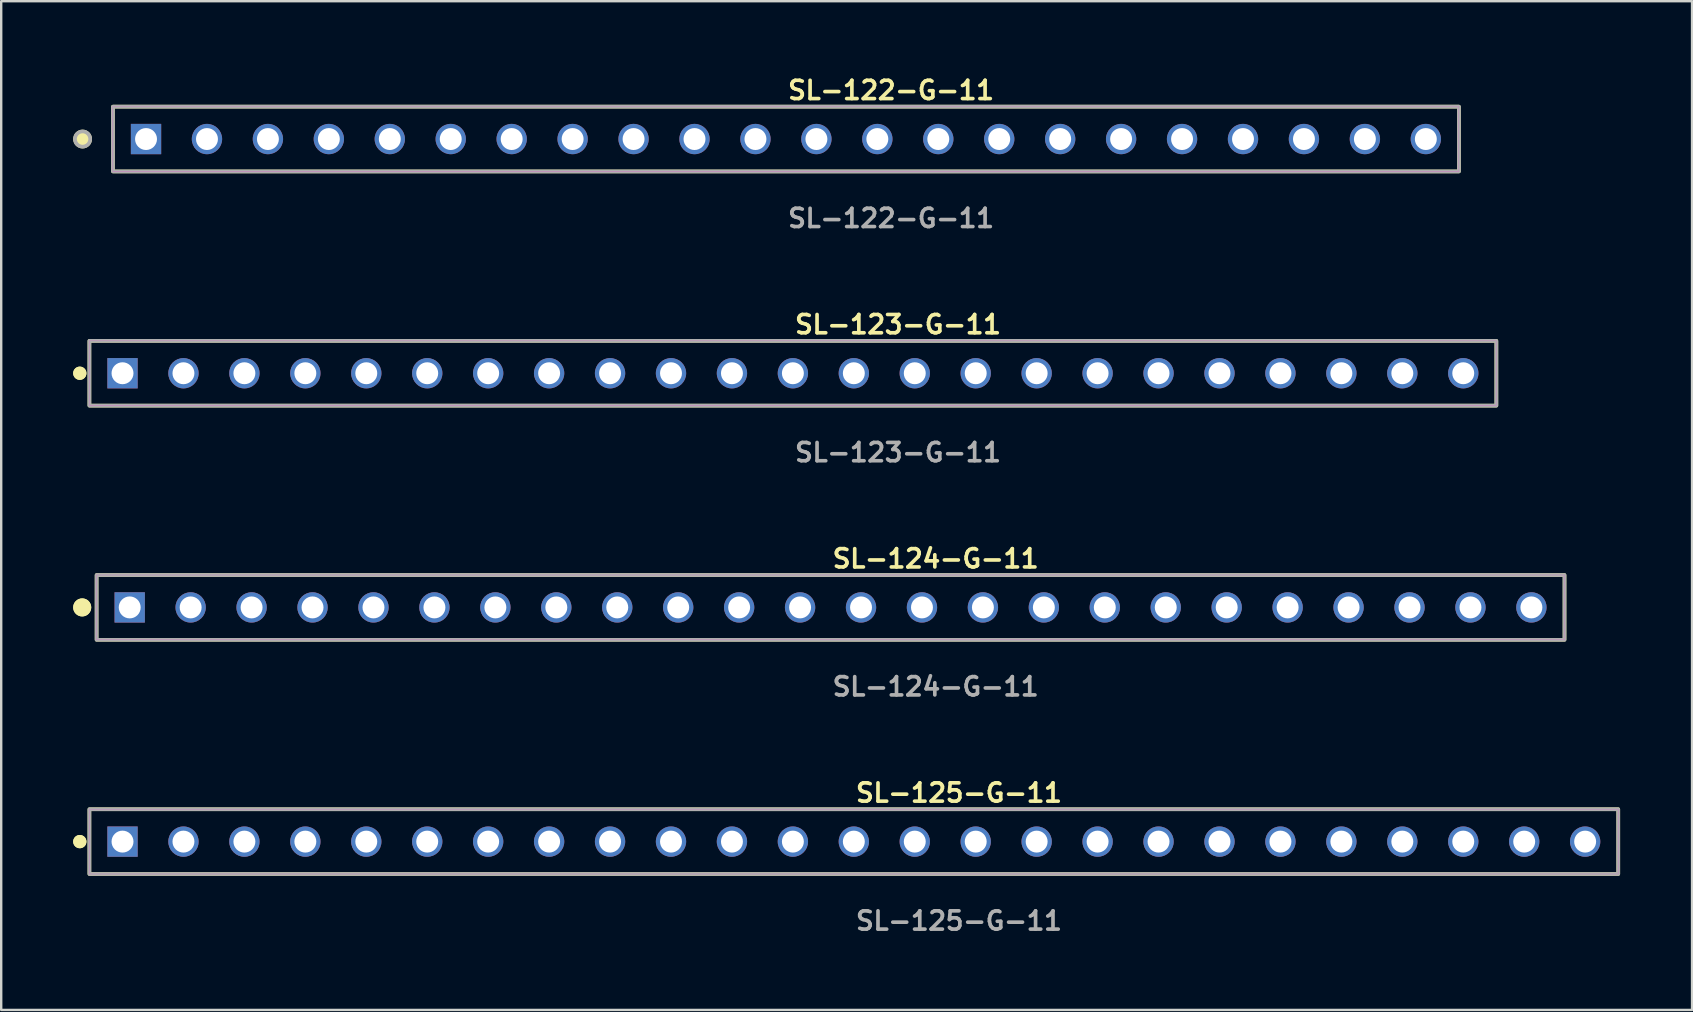
<source format=kicad_pcb>
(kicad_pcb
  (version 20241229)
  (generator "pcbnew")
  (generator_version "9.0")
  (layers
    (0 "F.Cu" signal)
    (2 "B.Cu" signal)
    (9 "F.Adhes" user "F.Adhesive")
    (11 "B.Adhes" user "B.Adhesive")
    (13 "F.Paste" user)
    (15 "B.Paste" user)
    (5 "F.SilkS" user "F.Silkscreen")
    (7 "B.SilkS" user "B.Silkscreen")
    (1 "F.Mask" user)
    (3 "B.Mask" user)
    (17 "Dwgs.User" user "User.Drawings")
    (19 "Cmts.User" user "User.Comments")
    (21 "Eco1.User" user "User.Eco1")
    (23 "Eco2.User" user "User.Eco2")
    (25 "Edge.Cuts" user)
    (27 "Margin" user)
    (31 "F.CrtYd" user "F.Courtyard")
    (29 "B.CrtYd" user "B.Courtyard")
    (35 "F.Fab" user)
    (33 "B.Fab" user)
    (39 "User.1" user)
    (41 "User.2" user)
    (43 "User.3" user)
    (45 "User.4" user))
  (footprint "SL-123-G-11"
    (layer "F.Cu")
    (at 29.996 12.506)
    (property "Reference" "SL-123-G-11" (at 0 -2.032 0) (unlocked yes) (layer "F.SilkS") (effects (font (size 0.762 0.762) (thickness 0.152)) (justify left)))
    (fp_rect (start -29.32 1.35) (end 29.32 -1.35) (stroke (width 0.152) (type solid)) (fill no) (layer "F.SilkS"))
    (fp_circle (center -29.72 0) (end -29.92 0) (stroke (width 0.152) (type solid)) (fill yes) (layer "F.SilkS"))
    (fp_circle (center -29.72 0) (end -29.92 0) (stroke (width 0.152) (type solid)) (fill yes) (layer "F.SilkS"))
    (fp_rect (start -29.32 1.35) (end 29.32 -1.35) (stroke (width 0.006) (type solid)) (fill no) (layer "F.CrtYd"))
    (fp_rect (start -29.32 1.35) (end 29.32 -1.35) (stroke (width 0.152) (type solid)) (fill no) (layer "F.Fab"))
    (fp_text user "${REFERENCE}" (at 0 3.302 0) (unlocked yes) (layer "F.Fab") (effects (font (size 0.762 0.762) (thickness 0.152)) (justify left)))
    (pad "1" thru_hole rect (at -27.94 0) (size 1.264 1.264) (drill 0.914) (layers "*.Cu" "*.Mask"))
    (pad "2" thru_hole circle (at -25.4 0) (size 1.264 1.264) (drill 0.914) (layers "*.Cu" "*.Mask"))
    (pad "3" thru_hole circle (at -22.86 0) (size 1.264 1.264) (drill 0.914) (layers "*.Cu" "*.Mask"))
    (pad "4" thru_hole circle (at -20.32 0) (size 1.264 1.264) (drill 0.914) (layers "*.Cu" "*.Mask"))
    (pad "5" thru_hole circle (at -17.78 0) (size 1.264 1.264) (drill 0.914) (layers "*.Cu" "*.Mask"))
    (pad "6" thru_hole circle (at -15.24 0) (size 1.264 1.264) (drill 0.914) (layers "*.Cu" "*.Mask"))
    (pad "7" thru_hole circle (at -12.7 0) (size 1.264 1.264) (drill 0.914) (layers "*.Cu" "*.Mask"))
    (pad "8" thru_hole circle (at -10.16 0) (size 1.264 1.264) (drill 0.914) (layers "*.Cu" "*.Mask"))
    (pad "9" thru_hole circle (at -7.62 0) (size 1.264 1.264) (drill 0.914) (layers "*.Cu" "*.Mask"))
    (pad "10" thru_hole circle (at -5.08 0) (size 1.264 1.264) (drill 0.914) (layers "*.Cu" "*.Mask"))
    (pad "11" thru_hole circle (at -2.54 0) (size 1.264 1.264) (drill 0.914) (layers "*.Cu" "*.Mask"))
    (pad "12" thru_hole circle (at 0 0) (size 1.264 1.264) (drill 0.914) (layers "*.Cu" "*.Mask"))
    (pad "13" thru_hole circle (at 2.54 0) (size 1.264 1.264) (drill 0.914) (layers "*.Cu" "*.Mask"))
    (pad "14" thru_hole circle (at 5.08 0) (size 1.264 1.264) (drill 0.914) (layers "*.Cu" "*.Mask"))
    (pad "15" thru_hole circle (at 7.62 0) (size 1.264 1.264) (drill 0.914) (layers "*.Cu" "*.Mask"))
    (pad "16" thru_hole circle (at 10.16 0) (size 1.264 1.264) (drill 0.914) (layers "*.Cu" "*.Mask"))
    (pad "17" thru_hole circle (at 12.7 0) (size 1.264 1.264) (drill 0.914) (layers "*.Cu" "*.Mask"))
    (pad "18" thru_hole circle (at 15.24 0) (size 1.264 1.264) (drill 0.914) (layers "*.Cu" "*.Mask"))
    (pad "19" thru_hole circle (at 17.78 0) (size 1.264 1.264) (drill 0.914) (layers "*.Cu" "*.Mask"))
    (pad "20" thru_hole circle (at 20.32 0) (size 1.264 1.264) (drill 0.914) (layers "*.Cu" "*.Mask"))
    (pad "21" thru_hole circle (at 22.86 0) (size 1.264 1.264) (drill 0.914) (layers "*.Cu" "*.Mask"))
    (pad "22" thru_hole circle (at 25.4 0) (size 1.264 1.264) (drill 0.914) (layers "*.Cu" "*.Mask"))
    (pad "23" thru_hole circle (at 27.94 0) (size 1.264 1.264) (drill 0.914) (layers "*.Cu" "*.Mask")))
  (footprint "SL-122-G-11"
    (layer "F.Cu")
    (at 29.706 2.745)
    (property "Reference" "SL-122-G-11" (at 0 -2.032 0) (unlocked yes) (layer "F.SilkS") (effects (font (size 0.762 0.762) (thickness 0.152)) (justify left)))
    (fp_rect (start -28.05 1.35) (end 28.05 -1.35) (stroke (width 0.152) (type solid)) (fill no) (layer "F.SilkS"))
    (fp_circle (center -29.314 0) (end -29.63 0) (stroke (width 0.152) (type solid)) (fill yes) (layer "F.SilkS"))
    (fp_rect (start -28.05 1.35) (end 28.05 -1.35) (stroke (width 0.006) (type solid)) (fill no) (layer "F.CrtYd"))
    (fp_rect (start -28.05 1.35) (end 28.05 -1.35) (stroke (width 0.152) (type solid)) (fill no) (layer "F.Fab"))
    (fp_circle (center -29.314 0) (end -29.63 0) (stroke (width 0.152) (type solid)) (fill no) (layer "F.Fab"))
    (fp_text user "${REFERENCE}" (at 0 3.302 0) (unlocked yes) (layer "F.Fab") (effects (font (size 0.762 0.762) (thickness 0.152)) (justify left)))
    (pad "1" thru_hole rect (at -26.67 0) (size 1.264 1.264) (drill 0.914) (layers "*.Cu" "*.Mask"))
    (pad "2" thru_hole circle (at -24.13 0) (size 1.264 1.264) (drill 0.914) (layers "*.Cu" "*.Mask"))
    (pad "3" thru_hole circle (at -21.59 0) (size 1.264 1.264) (drill 0.914) (layers "*.Cu" "*.Mask"))
    (pad "4" thru_hole circle (at -19.05 0) (size 1.264 1.264) (drill 0.914) (layers "*.Cu" "*.Mask"))
    (pad "5" thru_hole circle (at -16.51 0) (size 1.264 1.264) (drill 0.914) (layers "*.Cu" "*.Mask"))
    (pad "6" thru_hole circle (at -13.97 0) (size 1.264 1.264) (drill 0.914) (layers "*.Cu" "*.Mask"))
    (pad "7" thru_hole circle (at -11.43 0) (size 1.264 1.264) (drill 0.914) (layers "*.Cu" "*.Mask"))
    (pad "8" thru_hole circle (at -8.89 0) (size 1.264 1.264) (drill 0.914) (layers "*.Cu" "*.Mask"))
    (pad "9" thru_hole circle (at -6.35 0) (size 1.264 1.264) (drill 0.914) (layers "*.Cu" "*.Mask"))
    (pad "10" thru_hole circle (at -3.81 0) (size 1.264 1.264) (drill 0.914) (layers "*.Cu" "*.Mask"))
    (pad "11" thru_hole circle (at -1.27 0) (size 1.264 1.264) (drill 0.914) (layers "*.Cu" "*.Mask"))
    (pad "12" thru_hole circle (at 1.27 0) (size 1.264 1.264) (drill 0.914) (layers "*.Cu" "*.Mask"))
    (pad "13" thru_hole circle (at 3.81 0) (size 1.264 1.264) (drill 0.914) (layers "*.Cu" "*.Mask"))
    (pad "14" thru_hole circle (at 6.35 0) (size 1.264 1.264) (drill 0.914) (layers "*.Cu" "*.Mask"))
    (pad "15" thru_hole circle (at 8.89 0) (size 1.264 1.264) (drill 0.914) (layers "*.Cu" "*.Mask"))
    (pad "16" thru_hole circle (at 11.43 0) (size 1.264 1.264) (drill 0.914) (layers "*.Cu" "*.Mask"))
    (pad "17" thru_hole circle (at 13.97 0) (size 1.264 1.264) (drill 0.914) (layers "*.Cu" "*.Mask"))
    (pad "18" thru_hole circle (at 16.51 0) (size 1.264 1.264) (drill 0.914) (layers "*.Cu" "*.Mask"))
    (pad "19" thru_hole circle (at 19.05 0) (size 1.264 1.264) (drill 0.914) (layers "*.Cu" "*.Mask"))
    (pad "20" thru_hole circle (at 21.59 0) (size 1.264 1.264) (drill 0.914) (layers "*.Cu" "*.Mask"))
    (pad "21" thru_hole circle (at 24.13 0) (size 1.264 1.264) (drill 0.914) (layers "*.Cu" "*.Mask"))
    (pad "22" thru_hole circle (at 26.67 0) (size 1.264 1.264) (drill 0.914) (layers "*.Cu" "*.Mask")))
  (footprint "SL-124-G-11"
    (layer "F.Cu")
    (at 31.566 22.266)
    (property "Reference" "SL-124-G-11" (at 0 -2.032 0) (unlocked yes) (layer "F.SilkS") (effects (font (size 0.762 0.762) (thickness 0.152)) (justify left)))
    (fp_rect (start -30.59 1.35) (end 30.59 -1.35) (stroke (width 0.152) (type solid)) (fill no) (layer "F.SilkS"))
    (fp_circle (center -31.19 0) (end -31.49 0) (stroke (width 0.152) (type solid)) (fill yes) (layer "F.SilkS"))
    (fp_circle (center -31.19 0) (end -31.49 0) (stroke (width 0.152) (type solid)) (fill yes) (layer "F.SilkS"))
    (fp_rect (start -30.59 1.35) (end 30.59 -1.35) (stroke (width 0.006) (type solid)) (fill no) (layer "F.CrtYd"))
    (fp_rect (start -30.59 1.35) (end 30.59 -1.35) (stroke (width 0.152) (type solid)) (fill no) (layer "F.Fab"))
    (fp_text user "${REFERENCE}" (at 0 3.302 0) (unlocked yes) (layer "F.Fab") (effects (font (size 0.762 0.762) (thickness 0.152)) (justify left)))
    (pad "1" thru_hole rect (at -29.21 0) (size 1.264 1.264) (drill 0.914) (layers "*.Cu" "*.Mask"))
    (pad "2" thru_hole circle (at -26.67 0) (size 1.264 1.264) (drill 0.914) (layers "*.Cu" "*.Mask"))
    (pad "3" thru_hole circle (at -24.13 0) (size 1.264 1.264) (drill 0.914) (layers "*.Cu" "*.Mask"))
    (pad "4" thru_hole circle (at -21.59 0) (size 1.264 1.264) (drill 0.914) (layers "*.Cu" "*.Mask"))
    (pad "5" thru_hole circle (at -19.05 0) (size 1.264 1.264) (drill 0.914) (layers "*.Cu" "*.Mask"))
    (pad "6" thru_hole circle (at -16.51 0) (size 1.264 1.264) (drill 0.914) (layers "*.Cu" "*.Mask"))
    (pad "7" thru_hole circle (at -13.97 0) (size 1.264 1.264) (drill 0.914) (layers "*.Cu" "*.Mask"))
    (pad "8" thru_hole circle (at -11.43 0) (size 1.264 1.264) (drill 0.914) (layers "*.Cu" "*.Mask"))
    (pad "9" thru_hole circle (at -8.89 0) (size 1.264 1.264) (drill 0.914) (layers "*.Cu" "*.Mask"))
    (pad "10" thru_hole circle (at -6.35 0) (size 1.264 1.264) (drill 0.914) (layers "*.Cu" "*.Mask"))
    (pad "11" thru_hole circle (at -3.81 0) (size 1.264 1.264) (drill 0.914) (layers "*.Cu" "*.Mask"))
    (pad "12" thru_hole circle (at -1.27 0) (size 1.264 1.264) (drill 0.914) (layers "*.Cu" "*.Mask"))
    (pad "13" thru_hole circle (at 1.27 0) (size 1.264 1.264) (drill 0.914) (layers "*.Cu" "*.Mask"))
    (pad "14" thru_hole circle (at 3.81 0) (size 1.264 1.264) (drill 0.914) (layers "*.Cu" "*.Mask"))
    (pad "15" thru_hole circle (at 6.35 0) (size 1.264 1.264) (drill 0.914) (layers "*.Cu" "*.Mask"))
    (pad "16" thru_hole circle (at 8.89 0) (size 1.264 1.264) (drill 0.914) (layers "*.Cu" "*.Mask"))
    (pad "17" thru_hole circle (at 11.43 0) (size 1.264 1.264) (drill 0.914) (layers "*.Cu" "*.Mask"))
    (pad "18" thru_hole circle (at 13.97 0) (size 1.264 1.264) (drill 0.914) (layers "*.Cu" "*.Mask"))
    (pad "19" thru_hole circle (at 16.51 0) (size 1.264 1.264) (drill 0.914) (layers "*.Cu" "*.Mask"))
    (pad "20" thru_hole circle (at 19.05 0) (size 1.264 1.264) (drill 0.914) (layers "*.Cu" "*.Mask"))
    (pad "21" thru_hole circle (at 21.59 0) (size 1.264 1.264) (drill 0.914) (layers "*.Cu" "*.Mask"))
    (pad "22" thru_hole circle (at 24.13 0) (size 1.264 1.264) (drill 0.914) (layers "*.Cu" "*.Mask"))
    (pad "23" thru_hole circle (at 26.67 0) (size 1.264 1.264) (drill 0.914) (layers "*.Cu" "*.Mask"))
    (pad "24" thru_hole circle (at 29.21 0) (size 1.264 1.264) (drill 0.914) (layers "*.Cu" "*.Mask")))
  (footprint "SL-125-G-11"
    (layer "F.Cu")
    (at 32.536 32.027)
    (property "Reference" "SL-125-G-11" (at 0 -2.032 0) (unlocked yes) (layer "F.SilkS") (effects (font (size 0.762 0.762) (thickness 0.152)) (justify left)))
    (fp_rect (start -31.86 1.35) (end 31.86 -1.35) (stroke (width 0.152) (type solid)) (fill no) (layer "F.SilkS"))
    (fp_circle (center -32.26 0) (end -32.46 0) (stroke (width 0.152) (type solid)) (fill yes) (layer "F.SilkS"))
    (fp_circle (center -32.26 0) (end -32.46 0) (stroke (width 0.152) (type solid)) (fill yes) (layer "F.SilkS"))
    (fp_rect (start -31.86 1.35) (end 31.86 -1.35) (stroke (width 0.006) (type solid)) (fill no) (layer "F.CrtYd"))
    (fp_rect (start -31.86 1.35) (end 31.86 -1.35) (stroke (width 0.152) (type solid)) (fill no) (layer "F.Fab"))
    (fp_text user "${REFERENCE}" (at 0 3.302 0) (unlocked yes) (layer "F.Fab") (effects (font (size 0.762 0.762) (thickness 0.152)) (justify left)))
    (pad "1" thru_hole rect (at -30.48 0) (size 1.264 1.264) (drill 0.914) (layers "*.Cu" "*.Mask"))
    (pad "2" thru_hole circle (at -27.94 0) (size 1.264 1.264) (drill 0.914) (layers "*.Cu" "*.Mask"))
    (pad "3" thru_hole circle (at -25.4 0) (size 1.264 1.264) (drill 0.914) (layers "*.Cu" "*.Mask"))
    (pad "4" thru_hole circle (at -22.86 0) (size 1.264 1.264) (drill 0.914) (layers "*.Cu" "*.Mask"))
    (pad "5" thru_hole circle (at -20.32 0) (size 1.264 1.264) (drill 0.914) (layers "*.Cu" "*.Mask"))
    (pad "6" thru_hole circle (at -17.78 0) (size 1.264 1.264) (drill 0.914) (layers "*.Cu" "*.Mask"))
    (pad "7" thru_hole circle (at -15.24 0) (size 1.264 1.264) (drill 0.914) (layers "*.Cu" "*.Mask"))
    (pad "8" thru_hole circle (at -12.7 0) (size 1.264 1.264) (drill 0.914) (layers "*.Cu" "*.Mask"))
    (pad "9" thru_hole circle (at -10.16 0) (size 1.264 1.264) (drill 0.914) (layers "*.Cu" "*.Mask"))
    (pad "10" thru_hole circle (at -7.62 0) (size 1.264 1.264) (drill 0.914) (layers "*.Cu" "*.Mask"))
    (pad "11" thru_hole circle (at -5.08 0) (size 1.264 1.264) (drill 0.914) (layers "*.Cu" "*.Mask"))
    (pad "12" thru_hole circle (at -2.54 0) (size 1.264 1.264) (drill 0.914) (layers "*.Cu" "*.Mask"))
    (pad "13" thru_hole circle (at 0 0) (size 1.264 1.264) (drill 0.914) (layers "*.Cu" "*.Mask"))
    (pad "14" thru_hole circle (at 2.54 0) (size 1.264 1.264) (drill 0.914) (layers "*.Cu" "*.Mask"))
    (pad "15" thru_hole circle (at 5.08 0) (size 1.264 1.264) (drill 0.914) (layers "*.Cu" "*.Mask"))
    (pad "16" thru_hole circle (at 7.62 0) (size 1.264 1.264) (drill 0.914) (layers "*.Cu" "*.Mask"))
    (pad "17" thru_hole circle (at 10.16 0) (size 1.264 1.264) (drill 0.914) (layers "*.Cu" "*.Mask"))
    (pad "18" thru_hole circle (at 12.7 0) (size 1.264 1.264) (drill 0.914) (layers "*.Cu" "*.Mask"))
    (pad "19" thru_hole circle (at 15.24 0) (size 1.264 1.264) (drill 0.914) (layers "*.Cu" "*.Mask"))
    (pad "20" thru_hole circle (at 17.78 0) (size 1.264 1.264) (drill 0.914) (layers "*.Cu" "*.Mask"))
    (pad "21" thru_hole circle (at 20.32 0) (size 1.264 1.264) (drill 0.914) (layers "*.Cu" "*.Mask"))
    (pad "22" thru_hole circle (at 22.86 0) (size 1.264 1.264) (drill 0.914) (layers "*.Cu" "*.Mask"))
    (pad "23" thru_hole circle (at 25.4 0) (size 1.264 1.264) (drill 0.914) (layers "*.Cu" "*.Mask"))
    (pad "24" thru_hole circle (at 27.94 0) (size 1.264 1.264) (drill 0.914) (layers "*.Cu" "*.Mask"))
    (pad "25" thru_hole circle (at 30.48 0) (size 1.264 1.264) (drill 0.914) (layers "*.Cu" "*.Mask")))
  (gr_rect
    (start -3 -3)
    (end 67.472 39.042)
    (stroke (width 0.1) (type default))
    (fill no)
    (layer "Edge.Cuts")))
</source>
